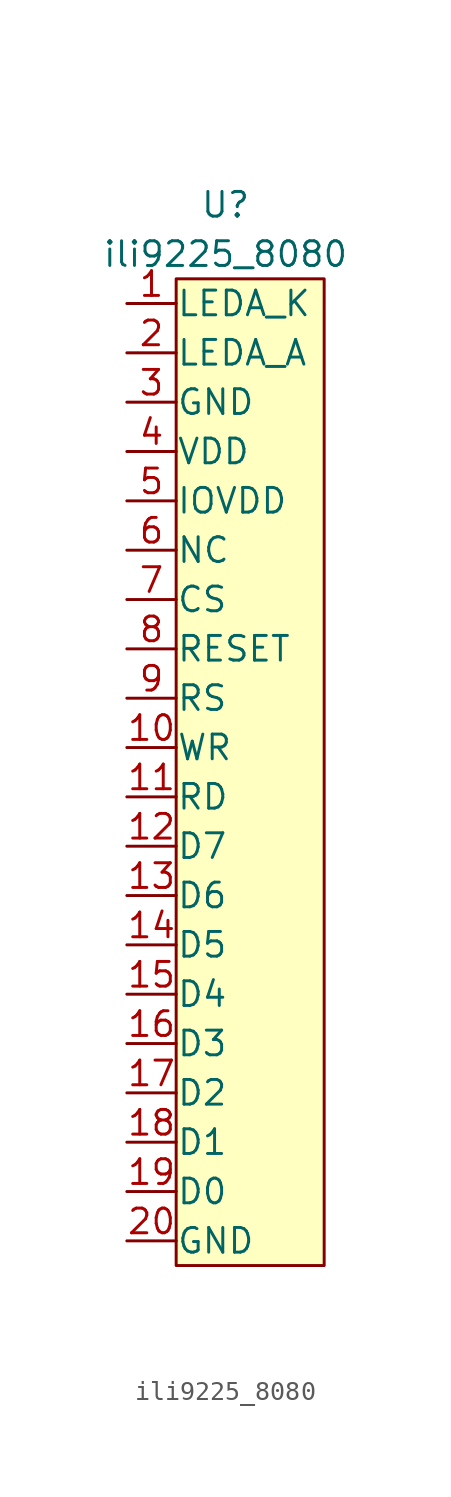
<source format=kicad_sym>
(kicad_symbol_lib
  (version 20211014)
  (generator kicad_symbol_editor)
  (symbol "ili9225_8080"
    (pin_names
      (offset 0.002))
    (property "Reference" "U"
      (at 5.08 29.21 0)
      (effects (font (size 1.27 1.27))))
    (property "Value" "ili9225_8080"
      (at 5.08 26.67 0)
      (effects (font (size 1.27 1.27))))
    (symbol "ili9225_8080_0_1"
      (rectangle (start 2.54 25.4) (end 10.16 -25.4) (stroke (width 0) (type default) (color 0 0 0 0)) (fill (type background))))
    (symbol "ili9225_8080_1_1"
      (pin input line (at 0 24.13 0) (length 2.54) (name "LEDA_K" (effects (font (size 1.27 1.27)))) (number "1" (effects (font (size 1.27 1.27)))))
      (pin input line (at 0 1.27 0) (length 2.54) (name "WR" (effects (font (size 1.27 1.27)))) (number "10" (effects (font (size 1.27 1.27)))))
      (pin input line (at 0 -1.27 0) (length 2.54) (name "RD" (effects (font (size 1.27 1.27)))) (number "11" (effects (font (size 1.27 1.27)))))
      (pin input line (at 0 -3.81 0) (length 2.54) (name "D7" (effects (font (size 1.27 1.27)))) (number "12" (effects (font (size 1.27 1.27)))))
      (pin input line (at 0 -6.35 0) (length 2.54) (name "D6" (effects (font (size 1.27 1.27)))) (number "13" (effects (font (size 1.27 1.27)))))
      (pin input line (at 0 -8.89 0) (length 2.54) (name "D5" (effects (font (size 1.27 1.27)))) (number "14" (effects (font (size 1.27 1.27)))))
      (pin input line (at 0 -11.43 0) (length 2.54) (name "D4" (effects (font (size 1.27 1.27)))) (number "15" (effects (font (size 1.27 1.27)))))
      (pin input line (at 0 -13.97 0) (length 2.54) (name "D3" (effects (font (size 1.27 1.27)))) (number "16" (effects (font (size 1.27 1.27)))))
      (pin input line (at 0 -16.51 0) (length 2.54) (name "D2" (effects (font (size 1.27 1.27)))) (number "17" (effects (font (size 1.27 1.27)))))
      (pin input line (at 0 -19.05 0) (length 2.54) (name "D1" (effects (font (size 1.27 1.27)))) (number "18" (effects (font (size 1.27 1.27)))))
      (pin input line (at 0 -21.59 0) (length 2.54) (name "D0" (effects (font (size 1.27 1.27)))) (number "19" (effects (font (size 1.27 1.27)))))
      (pin input line (at 0 21.59 0) (length 2.54) (name "LEDA_A" (effects (font (size 1.27 1.27)))) (number "2" (effects (font (size 1.27 1.27)))))
      (pin input line (at 0 -24.13 0) (length 2.54) (name "GND" (effects (font (size 1.27 1.27)))) (number "20" (effects (font (size 1.27 1.27)))))
      (pin input line (at 0 19.05 0) (length 2.54) (name "GND" (effects (font (size 1.27 1.27)))) (number "3" (effects (font (size 1.27 1.27)))))
      (pin input line (at 0 16.51 0) (length 2.54) (name "VDD" (effects (font (size 1.27 1.27)))) (number "4" (effects (font (size 1.27 1.27)))))
      (pin input line (at 0 13.97 0) (length 2.54) (name "IOVDD" (effects (font (size 1.27 1.27)))) (number "5" (effects (font (size 1.27 1.27)))))
      (pin input line (at 0 11.43 0) (length 2.54) (name "NC" (effects (font (size 1.27 1.27)))) (number "6" (effects (font (size 1.27 1.27)))))
      (pin input line (at 0 8.89 0) (length 2.54) (name "CS" (effects (font (size 1.27 1.27)))) (number "7" (effects (font (size 1.27 1.27)))))
      (pin input line (at 0 6.35 0) (length 2.54) (name "RESET" (effects (font (size 1.27 1.27)))) (number "8" (effects (font (size 1.27 1.27)))))
      (pin input line (at 0 3.81 0) (length 2.54) (name "RS" (effects (font (size 1.27 1.27)))) (number "9" (effects (font (size 1.27 1.27))))))))
</source>
